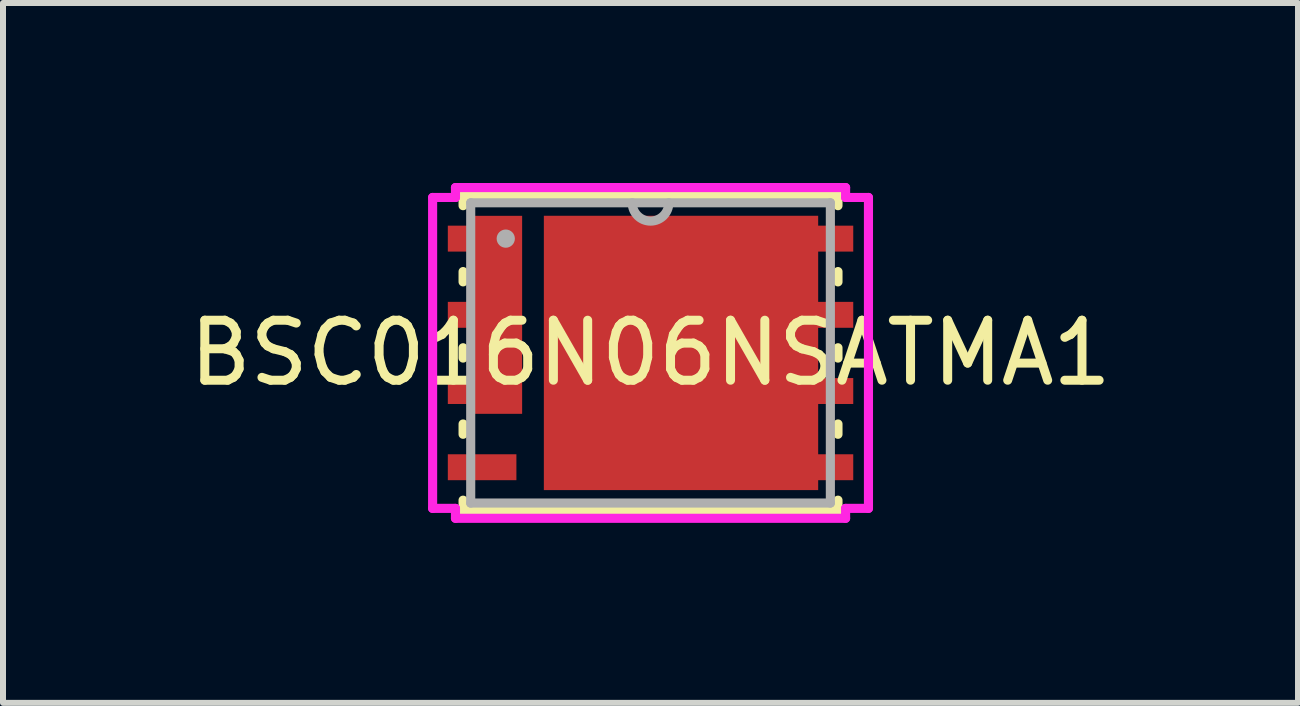
<source format=kicad_pcb>
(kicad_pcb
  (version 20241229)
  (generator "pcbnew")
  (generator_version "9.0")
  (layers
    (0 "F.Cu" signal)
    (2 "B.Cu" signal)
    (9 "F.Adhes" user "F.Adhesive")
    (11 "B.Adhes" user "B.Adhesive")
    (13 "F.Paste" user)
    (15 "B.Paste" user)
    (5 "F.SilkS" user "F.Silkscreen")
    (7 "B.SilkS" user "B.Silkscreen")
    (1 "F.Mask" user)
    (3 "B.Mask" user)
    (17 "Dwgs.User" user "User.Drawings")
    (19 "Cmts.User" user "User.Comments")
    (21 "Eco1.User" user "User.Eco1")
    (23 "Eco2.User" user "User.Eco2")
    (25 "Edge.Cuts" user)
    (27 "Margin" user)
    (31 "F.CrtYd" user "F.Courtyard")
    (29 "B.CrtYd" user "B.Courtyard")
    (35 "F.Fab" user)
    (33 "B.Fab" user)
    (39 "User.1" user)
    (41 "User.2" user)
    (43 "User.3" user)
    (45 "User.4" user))
  (footprint "BSC016N06NSATMA1"
    (layer "F.Cu")
    (at 7.792 2.832)
    (property "Reference" "BSC016N06NSATMA1" (at 0 0 0) (layer "F.SilkS") (effects (font (size 1 1) (thickness 0.15))))
    (attr through_hole)
    (fp_line (start -3.124 -2.629) (end -3.124 -2.454) (stroke (width 0.152) (type solid)) (layer "F.SilkS"))
    (fp_line (start -3.124 -1.356) (end -3.124 -1.184) (stroke (width 0.152) (type solid)) (layer "F.SilkS"))
    (fp_line (start -3.124 -0.086) (end -3.124 0.086) (stroke (width 0.152) (type solid)) (layer "F.SilkS"))
    (fp_line (start -3.124 1.184) (end -3.124 1.356) (stroke (width 0.152) (type solid)) (layer "F.SilkS"))
    (fp_line (start -3.124 2.454) (end -3.124 2.629) (stroke (width 0.152) (type solid)) (layer "F.SilkS"))
    (fp_line (start -3.124 2.629) (end 3.124 2.629) (stroke (width 0.152) (type solid)) (layer "F.SilkS"))
    (fp_line (start 3.124 -2.629) (end -3.124 -2.629) (stroke (width 0.152) (type solid)) (layer "F.SilkS"))
    (fp_line (start 3.124 -2.454) (end 3.124 -2.629) (stroke (width 0.152) (type solid)) (layer "F.SilkS"))
    (fp_line (start 3.124 -1.184) (end 3.124 -1.356) (stroke (width 0.152) (type solid)) (layer "F.SilkS"))
    (fp_line (start 3.124 0.086) (end 3.124 -0.086) (stroke (width 0.152) (type solid)) (layer "F.SilkS"))
    (fp_line (start 3.124 1.356) (end 3.124 1.184) (stroke (width 0.152) (type solid)) (layer "F.SilkS"))
    (fp_line (start 3.124 2.629) (end 3.124 2.454) (stroke (width 0.152) (type solid)) (layer "F.SilkS"))
    (fp_line (start -3.632 -2.591) (end -3.251 -2.591) (stroke (width 0.152) (type solid)) (layer "F.CrtYd"))
    (fp_line (start -3.632 2.591) (end -3.632 -2.591) (stroke (width 0.152) (type solid)) (layer "F.CrtYd"))
    (fp_line (start -3.251 -2.756) (end 3.251 -2.756) (stroke (width 0.152) (type solid)) (layer "F.CrtYd"))
    (fp_line (start -3.251 -2.591) (end -3.251 -2.756) (stroke (width 0.152) (type solid)) (layer "F.CrtYd"))
    (fp_line (start -3.251 2.591) (end -3.632 2.591) (stroke (width 0.152) (type solid)) (layer "F.CrtYd"))
    (fp_line (start -3.251 2.756) (end -3.251 2.591) (stroke (width 0.152) (type solid)) (layer "F.CrtYd"))
    (fp_line (start 3.251 -2.756) (end 3.251 -2.591) (stroke (width 0.152) (type solid)) (layer "F.CrtYd"))
    (fp_line (start 3.251 -2.591) (end 3.632 -2.591) (stroke (width 0.152) (type solid)) (layer "F.CrtYd"))
    (fp_line (start 3.251 2.591) (end 3.251 2.756) (stroke (width 0.152) (type solid)) (layer "F.CrtYd"))
    (fp_line (start 3.251 2.756) (end -3.251 2.756) (stroke (width 0.152) (type solid)) (layer "F.CrtYd"))
    (fp_line (start 3.632 -2.591) (end 3.632 2.591) (stroke (width 0.152) (type solid)) (layer "F.CrtYd"))
    (fp_line (start 3.632 2.591) (end 3.251 2.591) (stroke (width 0.152) (type solid)) (layer "F.CrtYd"))
    (fp_line (start -2.997 -2.502) (end -2.997 2.502) (stroke (width 0.152) (type solid)) (layer "F.Fab"))
    (fp_line (start -2.997 2.502) (end 2.997 2.502) (stroke (width 0.152) (type solid)) (layer "F.Fab"))
    (fp_line (start 2.997 -2.502) (end -2.997 -2.502) (stroke (width 0.152) (type solid)) (layer "F.Fab"))
    (fp_line (start 2.997 2.502) (end 2.997 -2.502) (stroke (width 0.152) (type solid)) (layer "F.Fab"))
    (fp_arc (start 0.3048 -2.5019) (mid 0 -2.1971) (end -0.3048 -2.5019) (stroke (width 0.1524) (type solid)) (layer "F.Fab"))
    (fp_circle (center -2.413 -1.905) (end -2.413 -1.905) (stroke (width 0.152) (type solid)) (fill no) (layer "F.Fab"))
    (pad "1" smd rect (at -2.807 -1.905) (size 1.143 0.432) (layers "F.Cu" "F.Mask" "F.Paste"))
    (pad "1" smd rect (at -2.54 -0.635) (size 0.8 3.3) (layers "F.Cu" "F.Mask" "F.Paste"))
    (pad "2" smd rect (at -2.807 -0.635) (size 1.143 0.432) (layers "F.Cu" "F.Mask" "F.Paste"))
    (pad "3" smd rect (at -2.807 0.635) (size 1.143 0.432) (layers "F.Cu" "F.Mask" "F.Paste"))
    (pad "4" smd rect (at -2.807 1.905) (size 1.143 0.432) (layers "F.Cu" "F.Mask" "F.Paste"))
    (pad "5" smd rect (at 2.896 1.905) (size 0.965 0.432) (layers "F.Cu" "F.Mask" "F.Paste"))
    (pad "6" smd rect (at 2.896 0.635) (size 0.965 0.432) (layers "F.Cu" "F.Mask" "F.Paste"))
    (pad "7" smd rect (at 2.896 -0.635) (size 0.965 0.432) (layers "F.Cu" "F.Mask" "F.Paste"))
    (pad "8" smd rect (at 0.508 0) (size 4.572 4.572) (layers "F.Cu" "F.Mask" "F.Paste"))
    (pad "8" smd rect (at 2.896 -1.905) (size 0.965 0.432) (layers "F.Cu" "F.Mask" "F.Paste")))
  (gr_rect
    (start -3 -3)
    (end 18.583 8.664)
    (stroke (width 0.1) (type default))
    (fill no)
    (layer "Edge.Cuts")))
</source>
